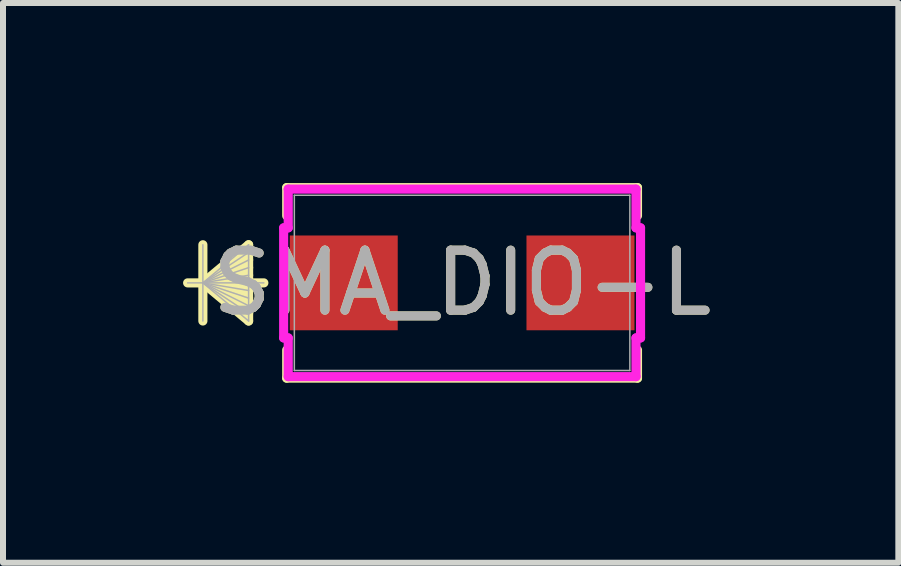
<source format=kicad_pcb>
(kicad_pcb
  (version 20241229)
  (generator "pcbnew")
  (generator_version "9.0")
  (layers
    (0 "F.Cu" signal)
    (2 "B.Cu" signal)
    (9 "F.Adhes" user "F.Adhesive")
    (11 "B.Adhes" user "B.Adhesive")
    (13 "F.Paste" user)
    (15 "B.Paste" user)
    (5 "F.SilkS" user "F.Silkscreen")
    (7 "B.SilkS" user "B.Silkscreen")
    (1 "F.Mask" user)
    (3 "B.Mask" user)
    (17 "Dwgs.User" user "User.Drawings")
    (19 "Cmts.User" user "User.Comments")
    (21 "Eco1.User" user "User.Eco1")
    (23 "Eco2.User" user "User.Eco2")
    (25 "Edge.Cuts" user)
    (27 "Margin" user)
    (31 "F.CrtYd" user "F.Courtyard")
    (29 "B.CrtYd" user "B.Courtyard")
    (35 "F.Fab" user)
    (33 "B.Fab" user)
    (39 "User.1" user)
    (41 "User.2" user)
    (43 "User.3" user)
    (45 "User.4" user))
  (footprint "SMA_DIO-L"
    (layer "F.Cu")
    (at 4.649 1.663)
    (property "Reference" "SMA_DIO-L" (at 0 0 0) (unlocked yes) (layer "F.SilkS") (effects (font (size 1 1) (thickness 0.15))))
    (attr smd)
    (fp_line (start -4.319 -0.635) (end -4.319 0.635) (stroke (width 0.152) (type solid)) (layer "F.SilkS"))
    (fp_line (start -4.319 0) (end -3.557 -0.635) (stroke (width 0.152) (type solid)) (layer "F.SilkS"))
    (fp_line (start -4.319 0) (end -3.557 -0.508) (stroke (width 0.152) (type solid)) (layer "F.SilkS"))
    (fp_line (start -4.319 0) (end -3.557 -0.381) (stroke (width 0.152) (type solid)) (layer "F.SilkS"))
    (fp_line (start -4.319 0) (end -3.557 -0.254) (stroke (width 0.152) (type solid)) (layer "F.SilkS"))
    (fp_line (start -4.319 0) (end -3.557 -0.127) (stroke (width 0.152) (type solid)) (layer "F.SilkS"))
    (fp_line (start -4.319 0) (end -3.557 0.127) (stroke (width 0.152) (type solid)) (layer "F.SilkS"))
    (fp_line (start -4.319 0) (end -3.557 0.254) (stroke (width 0.152) (type solid)) (layer "F.SilkS"))
    (fp_line (start -4.319 0) (end -3.557 0.381) (stroke (width 0.152) (type solid)) (layer "F.SilkS"))
    (fp_line (start -4.319 0) (end -3.557 0.508) (stroke (width 0.152) (type solid)) (layer "F.SilkS"))
    (fp_line (start -4.319 0) (end -3.557 0.635) (stroke (width 0.152) (type solid)) (layer "F.SilkS"))
    (fp_line (start -3.557 -0.635) (end -3.557 0.635) (stroke (width 0.152) (type solid)) (layer "F.SilkS"))
    (fp_line (start -3.303 0) (end -4.573 0) (stroke (width 0.152) (type solid)) (layer "F.SilkS"))
    (fp_line (start -2.922 -1.587) (end -2.922 -1.118) (stroke (width 0.152) (type solid)) (layer "F.SilkS"))
    (fp_line (start -2.922 1.118) (end -2.922 1.587) (stroke (width 0.152) (type solid)) (layer "F.SilkS"))
    (fp_line (start -2.922 1.587) (end 2.922 1.587) (stroke (width 0.152) (type solid)) (layer "F.SilkS"))
    (fp_line (start 2.922 -1.587) (end -2.922 -1.587) (stroke (width 0.152) (type solid)) (layer "F.SilkS"))
    (fp_line (start 2.922 -1.118) (end 2.922 -1.587) (stroke (width 0.152) (type solid)) (layer "F.SilkS"))
    (fp_line (start 2.922 1.587) (end 2.922 1.118) (stroke (width 0.152) (type solid)) (layer "F.SilkS"))
    (fp_line (start -2.973 -0.917) (end -2.897 -0.917) (stroke (width 0.152) (type solid)) (layer "F.CrtYd"))
    (fp_line (start -2.973 0.917) (end -2.973 -0.917) (stroke (width 0.152) (type solid)) (layer "F.CrtYd"))
    (fp_line (start -2.897 -1.562) (end 2.897 -1.562) (stroke (width 0.152) (type solid)) (layer "F.CrtYd"))
    (fp_line (start -2.897 -0.917) (end -2.897 -1.562) (stroke (width 0.152) (type solid)) (layer "F.CrtYd"))
    (fp_line (start -2.897 0.917) (end -2.973 0.917) (stroke (width 0.152) (type solid)) (layer "F.CrtYd"))
    (fp_line (start -2.897 1.562) (end -2.897 0.917) (stroke (width 0.152) (type solid)) (layer "F.CrtYd"))
    (fp_line (start 2.897 -1.562) (end 2.897 -0.917) (stroke (width 0.152) (type solid)) (layer "F.CrtYd"))
    (fp_line (start 2.897 -0.917) (end 2.973 -0.917) (stroke (width 0.152) (type solid)) (layer "F.CrtYd"))
    (fp_line (start 2.897 0.917) (end 2.897 1.562) (stroke (width 0.152) (type solid)) (layer "F.CrtYd"))
    (fp_line (start 2.897 1.562) (end -2.897 1.562) (stroke (width 0.152) (type solid)) (layer "F.CrtYd"))
    (fp_line (start 2.973 -0.917) (end 2.973 0.917) (stroke (width 0.152) (type solid)) (layer "F.CrtYd"))
    (fp_line (start 2.973 0.917) (end 2.897 0.917) (stroke (width 0.152) (type solid)) (layer "F.CrtYd"))
    (fp_line (start -4.319 -0.635) (end -4.319 0.635) (stroke (width 0.025) (type solid)) (layer "F.Fab"))
    (fp_line (start -4.319 0) (end -3.557 -0.635) (stroke (width 0.025) (type solid)) (layer "F.Fab"))
    (fp_line (start -4.319 0) (end -3.557 -0.508) (stroke (width 0.025) (type solid)) (layer "F.Fab"))
    (fp_line (start -4.319 0) (end -3.557 -0.381) (stroke (width 0.025) (type solid)) (layer "F.Fab"))
    (fp_line (start -4.319 0) (end -3.557 -0.254) (stroke (width 0.025) (type solid)) (layer "F.Fab"))
    (fp_line (start -4.319 0) (end -3.557 -0.127) (stroke (width 0.025) (type solid)) (layer "F.Fab"))
    (fp_line (start -4.319 0) (end -3.557 0.127) (stroke (width 0.025) (type solid)) (layer "F.Fab"))
    (fp_line (start -4.319 0) (end -3.557 0.254) (stroke (width 0.025) (type solid)) (layer "F.Fab"))
    (fp_line (start -4.319 0) (end -3.557 0.381) (stroke (width 0.025) (type solid)) (layer "F.Fab"))
    (fp_line (start -4.319 0) (end -3.557 0.508) (stroke (width 0.025) (type solid)) (layer "F.Fab"))
    (fp_line (start -4.319 0) (end -3.557 0.635) (stroke (width 0.025) (type solid)) (layer "F.Fab"))
    (fp_line (start -3.557 -0.635) (end -3.557 0.635) (stroke (width 0.025) (type solid)) (layer "F.Fab"))
    (fp_line (start -3.303 0) (end -4.573 0) (stroke (width 0.025) (type solid)) (layer "F.Fab"))
    (fp_line (start -2.795 -1.46) (end -2.795 1.46) (stroke (width 0.025) (type solid)) (layer "F.Fab"))
    (fp_line (start -2.795 1.46) (end 2.795 1.46) (stroke (width 0.025) (type solid)) (layer "F.Fab"))
    (fp_line (start 2.795 -1.46) (end -2.795 -1.46) (stroke (width 0.025) (type solid)) (layer "F.Fab"))
    (fp_line (start 2.795 1.46) (end 2.795 -1.46) (stroke (width 0.025) (type solid)) (layer "F.Fab"))
    (fp_text user "${REFERENCE}" (at 0 0 0) (unlocked yes) (layer "F.Fab") (effects (font (size 1 1) (thickness 0.15))))
    (pad "1" smd rect (at -1.972 0 90) (size 1.579 1.799) (layers "F.Cu" "F.Mask" "F.Paste"))
    (pad "2" smd rect (at 1.972 0 90) (size 1.579 1.799) (layers "F.Cu" "F.Mask" "F.Paste"))
    (zone (net_name "") (layer "F.Cu") (hatch full 0.508) (connect_pads) (min_thickness 0.254) (filled_areas_thickness no) (keepout (tracks not_allowed) (vias not_allowed) (pads allowed) (copperpour not_allowed) (footprints allowed)) (placement (enabled no)) (fill) (polygon (pts (xy 1.905 0.254) (xy 7.393 0.254) (xy 7.393 0.797) (xy 1.905 0.797))))
    (zone (net_name "") (layer "F.Cu") (hatch full 0.508) (connect_pads) (min_thickness 0.254) (filled_areas_thickness no) (keepout (tracks not_allowed) (vias not_allowed) (pads allowed) (copperpour not_allowed) (footprints allowed)) (placement (enabled no)) (fill) (polygon (pts (xy 1.905 2.529) (xy 7.393 2.529) (xy 7.393 3.072) (xy 1.905 3.072))))
    (zone (net_name "") (layer "F.Cu") (hatch full 0.508) (connect_pads) (min_thickness 0.254) (filled_areas_thickness no) (keepout (tracks not_allowed) (vias not_allowed) (pads allowed) (copperpour not_allowed) (footprints allowed)) (placement (enabled no)) (fill) (polygon (pts (xy 3.628 0.797) (xy 5.67 0.797) (xy 5.67 2.529) (xy 3.628 2.529)))))
  (gr_rect
    (start -3 -3)
    (end 11.917 6.326)
    (stroke (width 0.1) (type default))
    (fill no)
    (layer "Edge.Cuts")))
</source>
